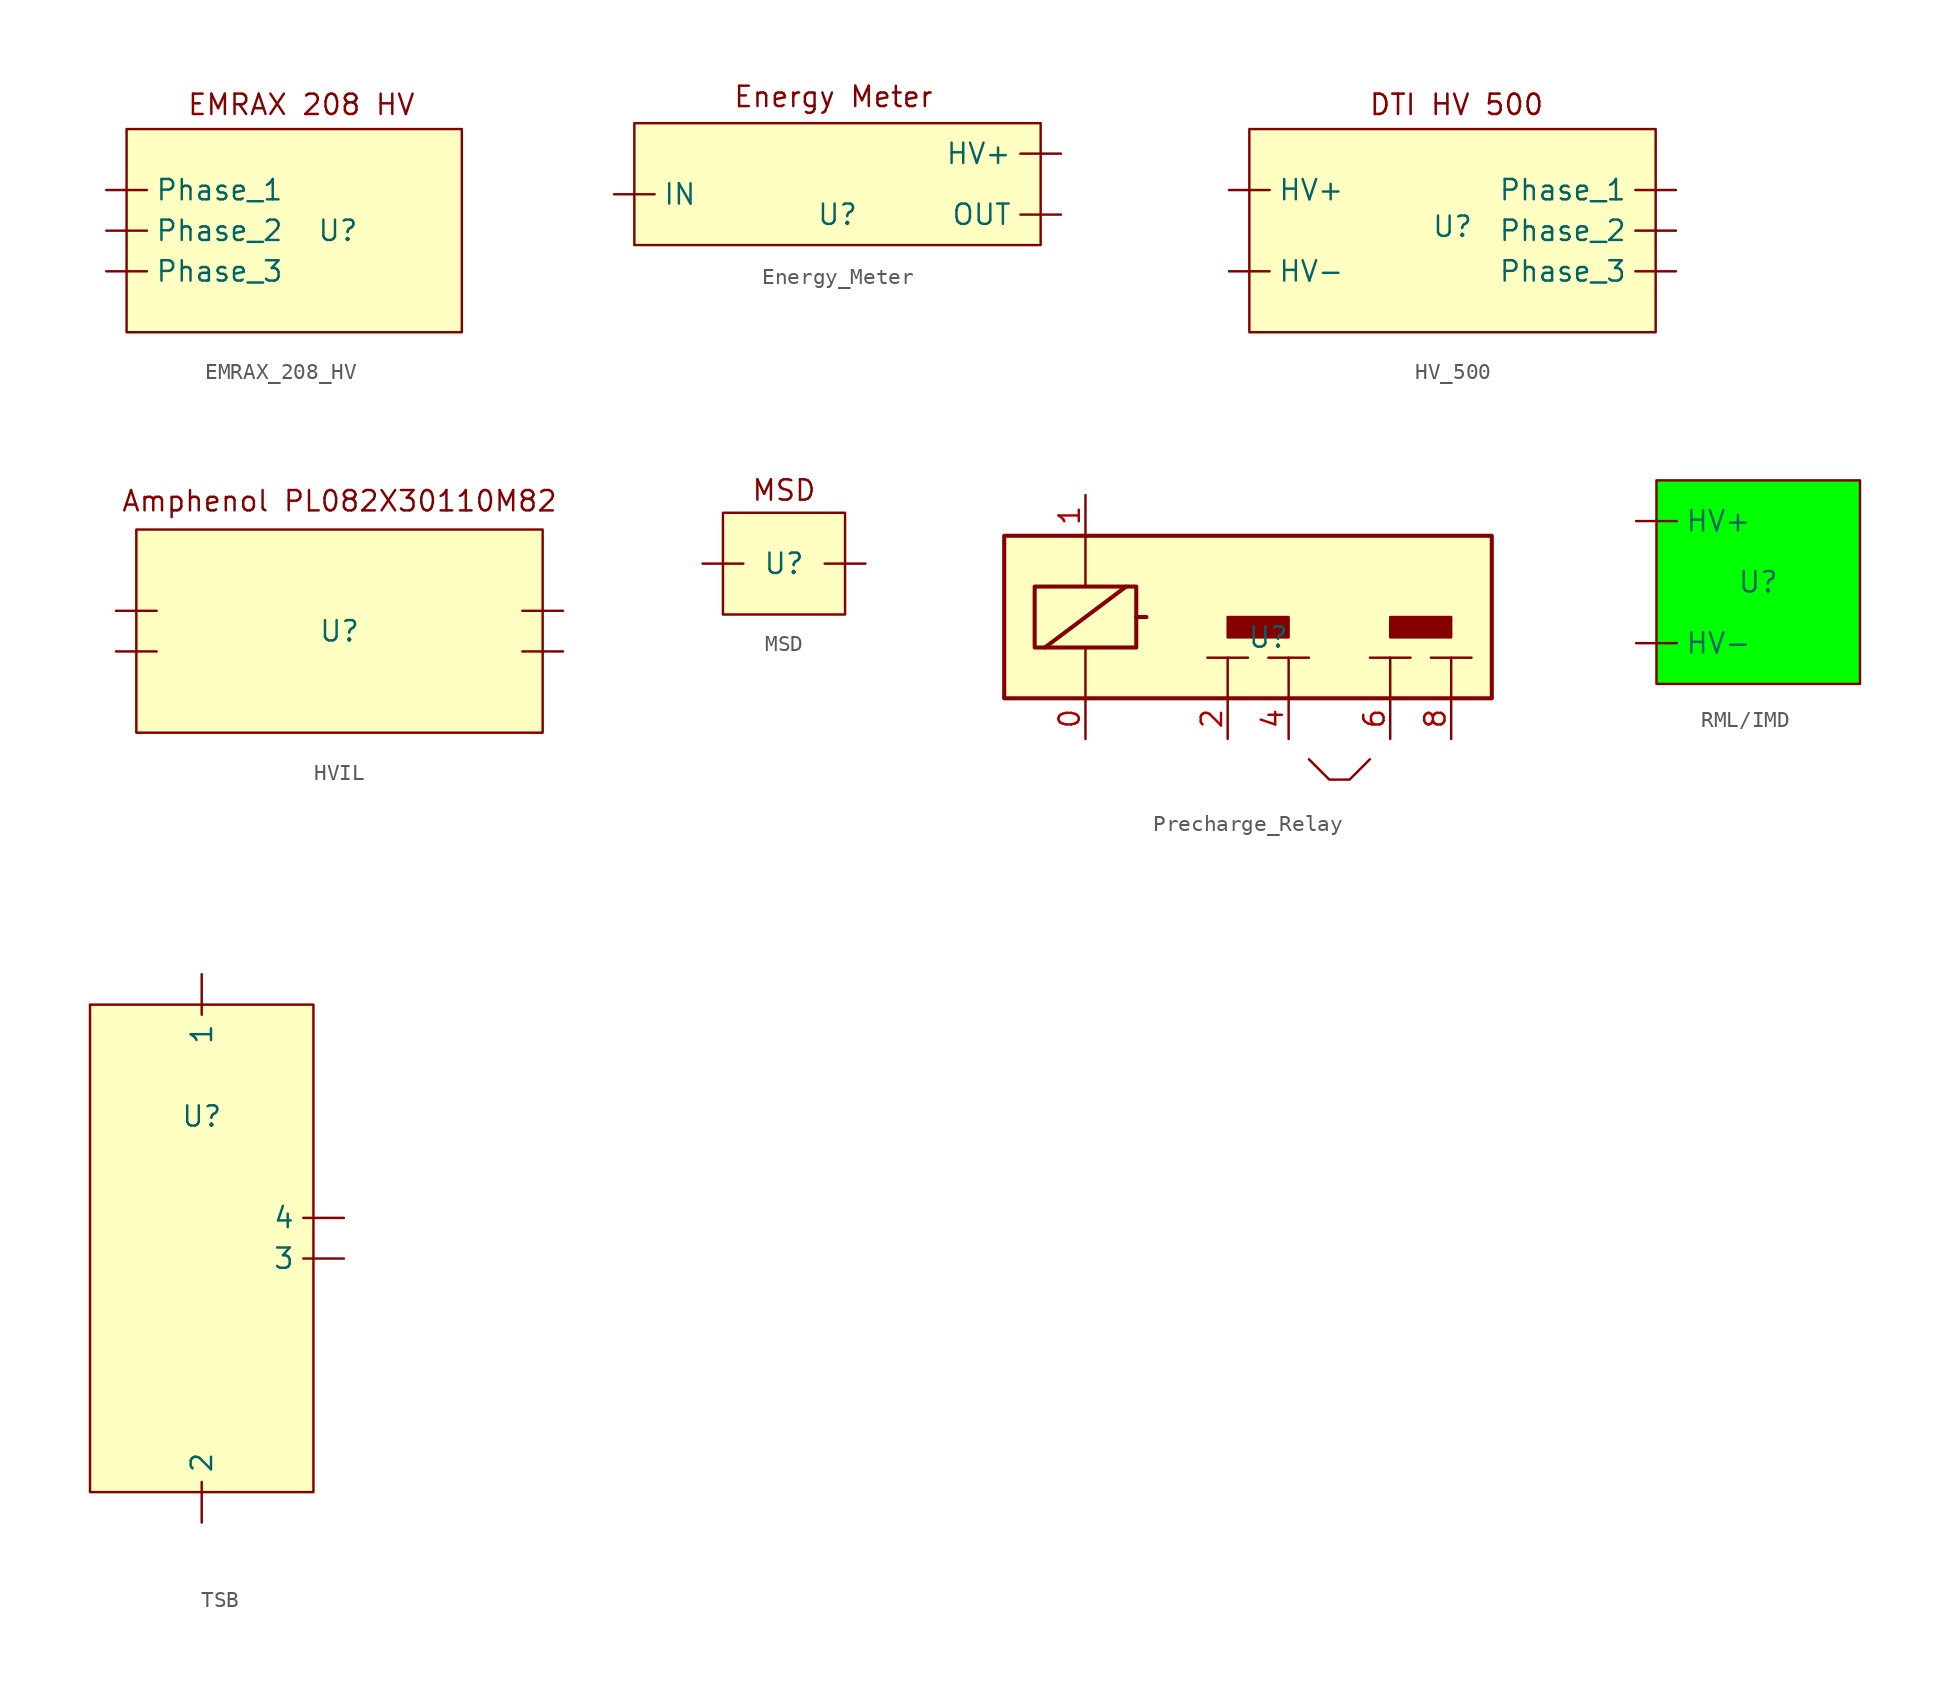
<source format=kicad_sym>
(kicad_symbol_lib
  (version 20241209)
  (generator "kicad_symbol_editor")
  (generator_version "9.0")
  (symbol "EMRAX_208_HV"
    (property "Reference" "U"
      (at 6.858 0 0)
      (effects (font (size 1.27 1.27))))
    (property "Value" ""
      (at 0 0 0)
      (effects (font (size 1.27 1.27))))
    (symbol "EMRAX_208_HV_1_1"
      (rectangle (start -6.35 6.35) (end 14.605 -6.35) (stroke (width 0) (type solid)) (fill (type background)))
      (text "EMRAX 208 HV" (at 4.572 7.874 0) (effects (font (size 1.27 1.27))))
      (pin bidirectional line (at -7.62 2.54 0) (length 2.54) (name "Phase_1" (effects (font (size 1.27 1.27)))) (number "" (effects (font (size 1.27 1.27)))))
      (pin bidirectional line (at -7.62 0 0) (length 2.54) (name "Phase_2" (effects (font (size 1.27 1.27)))) (number "" (effects (font (size 1.27 1.27)))))
      (pin bidirectional line (at -7.62 -2.54 0) (length 2.54) (name "Phase_3" (effects (font (size 1.27 1.27)))) (number "" (effects (font (size 1.27 1.27)))))))
  (symbol "Energy_Meter"
    (property "Reference" "U"
      (at 0 0 0)
      (effects (font (size 1.27 1.27))))
    (property "Value" ""
      (at 0 0 0)
      (effects (font (size 1.27 1.27))))
    (symbol "Energy_Meter_1_1"
      (rectangle (start -12.7 5.715) (end 12.7 -1.905) (stroke (width 0) (type solid)) (fill (type background)))
      (text "Energy Meter" (at -0.254 7.366 0) (effects (font (size 1.27 1.27))))
      (pin bidirectional line (at -13.97 1.27 0) (length 2.54) (name "IN" (effects (font (size 1.27 1.27)))) (number "" (effects (font (size 1.27 1.27)))))
      (pin bidirectional line (at 13.97 3.81 180) (length 2.54) (name "HV+" (effects (font (size 1.27 1.27)))) (number "" (effects (font (size 1.27 1.27)))))
      (pin bidirectional line (at 13.97 0 180) (length 2.54) (name "OUT" (effects (font (size 1.27 1.27)))) (number "" (effects (font (size 1.27 1.27)))))))
  (symbol "HV_500"
    (property "Reference" "U"
      (at 0 0.254 0)
      (effects (font (size 1.27 1.27))))
    (property "Value" ""
      (at 0 0 0)
      (effects (font (size 1.27 1.27))))
    (symbol "HV_500_1_1"
      (rectangle (start -12.7 6.35) (end 12.7 -6.35) (stroke (width 0) (type solid)) (fill (type background)))
      (text "DTI HV 500" (at 0.254 7.874 0) (effects (font (size 1.27 1.27) (thickness 0.159))))
      (pin bidirectional line (at -13.97 2.54 0) (length 2.54) (name "HV+" (effects (font (size 1.27 1.27)))) (number "" (effects (font (size 1.27 1.27)))))
      (pin bidirectional line (at -13.97 -2.54 0) (length 2.54) (name "HV-" (effects (font (size 1.27 1.27)))) (number "" (effects (font (size 1.27 1.27)))))
      (pin bidirectional line (at 13.97 2.54 180) (length 2.54) (name "Phase_1" (effects (font (size 1.27 1.27)))) (number "" (effects (font (size 1.27 1.27)))))
      (pin bidirectional line (at 13.97 0 180) (length 2.54) (name "Phase_2" (effects (font (size 1.27 1.27)))) (number "" (effects (font (size 1.27 1.27)))))
      (pin bidirectional line (at 13.97 -2.54 180) (length 2.54) (name "Phase_3" (effects (font (size 1.27 1.27)))) (number "" (effects (font (size 1.27 1.27)))))))
  (symbol "HVIL"
    (property "Reference" "U"
      (at 0 0 0)
      (effects (font (size 1.27 1.27))))
    (property "Value" ""
      (at 0 0 0)
      (effects (font (size 1.27 1.27))))
    (symbol "HVIL_1_1"
      (rectangle (start -12.7 6.35) (end 12.7 -6.35) (stroke (width 0) (type solid)) (fill (type background)))
      (text "Amphenol PL082X30110M82" (at 0 8.128 0) (effects (font (size 1.27 1.27))))
      (pin bidirectional line (at -13.97 1.27 0) (length 2.54) (name "" (effects (font (size 1.27 1.27)))) (number "" (effects (font (size 1.27 1.27)))))
      (pin bidirectional line (at -13.97 -1.27 0) (length 2.54) (name "" (effects (font (size 1.27 1.27)))) (number "" (effects (font (size 1.27 1.27)))))
      (pin bidirectional line (at 13.97 1.27 180) (length 2.54) (name "" (effects (font (size 1.27 1.27)))) (number "" (effects (font (size 1.27 1.27)))))
      (pin bidirectional line (at 13.97 -1.27 180) (length 2.54) (name "" (effects (font (size 1.27 1.27)))) (number "" (effects (font (size 1.27 1.27)))))))
  (symbol "MSD"
    (property "Reference" "U"
      (at 0 0 0)
      (effects (font (size 1.27 1.27))))
    (property "Value" ""
      (at 0 0 0)
      (effects (font (size 1.27 1.27))))
    (symbol "MSD_1_1"
      (rectangle (start -3.81 3.175) (end 3.81 -3.175) (stroke (width 0) (type solid)) (fill (type background)))
      (text "MSD" (at 0 4.572 0) (effects (font (size 1.27 1.27))))
      (pin bidirectional line (at -5.08 0 0) (length 2.54) (name "" (effects (font (size 1.27 1.27)))) (number "" (effects (font (size 1.27 1.27)))))
      (pin bidirectional line (at 5.08 0 180) (length 2.54) (name "" (effects (font (size 1.27 1.27)))) (number "" (effects (font (size 1.27 1.27)))))))
  (symbol "Precharge_Relay"
    (property "Reference" "U"
      (at 0 0 0)
      (effects (font (size 1.27 1.27))))
    (property "Value" ""
      (at 0 0 0)
      (effects (font (size 1.27 1.27))))
    (symbol "Precharge_Relay_0_1"
      (rectangle (start -2.54 0) (end 1.27 1.27) (stroke (width 0) (type solid)) (fill (type outline)))
      (polyline (pts (xy -2.54 -1.27) (xy -1.27 -1.27) (xy -3.81 -1.27)) (stroke (width 0) (type solid)) (fill (type none)))
      (polyline (pts (xy -2.54 -3.81) (xy -2.54 -1.27)) (stroke (width 0) (type solid)) (fill (type none)))
      (polyline (pts (xy 0 -1.27) (xy 2.54 -1.27)) (stroke (width 0) (type solid)) (fill (type none)))
      (polyline (pts (xy 1.27 -3.81) (xy 1.27 -1.27)) (stroke (width 0) (type solid)) (fill (type none)))
      (polyline (pts (xy 2.54 -7.62) (xy 3.81 -8.89) (xy 5.08 -8.89) (xy 6.35 -7.62)) (stroke (width 0) (type solid)) (fill (type none)))
      (polyline (pts (xy 6.35 -1.27) (xy 8.89 -1.27)) (stroke (width 0) (type solid)) (fill (type none)))
      (polyline (pts (xy 7.62 -3.81) (xy 7.62 -1.27)) (stroke (width 0) (type solid)) (fill (type none)))
      (polyline (pts (xy 10.16 -1.27) (xy 12.7 -1.27)) (stroke (width 0) (type solid)) (fill (type none)))
      (polyline (pts (xy 11.43 -3.81) (xy 11.43 -1.27)) (stroke (width 0) (type solid)) (fill (type none))))
    (symbol "Precharge_Relay_1_1"
      (rectangle (start -16.51 6.35) (end 13.97 -3.81) (stroke (width 0.254) (type solid)) (fill (type background)))
      (rectangle (start -14.605 3.175) (end -8.255 -0.635) (stroke (width 0.254) (type solid)) (fill (type none)))
      (polyline (pts (xy -13.97 -0.635) (xy -8.89 3.175)) (stroke (width 0.254) (type solid)) (fill (type none)))
      (polyline (pts (xy -11.43 6.35) (xy -11.43 3.175)) (stroke (width 0) (type solid)) (fill (type none)))
      (polyline (pts (xy -11.43 -3.81) (xy -11.43 -0.635)) (stroke (width 0) (type solid)) (fill (type none)))
      (polyline (pts (xy -8.255 1.27) (xy -7.62 1.27)) (stroke (width 0.254) (type solid)) (fill (type none)))
      (rectangle (start 7.62 0) (end 11.43 1.27) (stroke (width 0) (type solid)) (fill (type outline)))
      (pin passive line (at -11.43 8.89 270) (length 2.54) (name "~" (effects (font (size 1.27 1.27)))) (number "1" (effects (font (size 1.27 1.27)))))
      (pin passive line (at -11.43 -6.35 90) (length 2.54) (name "~" (effects (font (size 1.27 1.27)))) (number "0" (effects (font (size 1.27 1.27)))))
      (pin passive line (at -2.54 -6.35 90) (length 2.54) (name "~" (effects (font (size 1.27 1.27)))) (number "2" (effects (font (size 1.27 1.27)))))
      (pin passive line (at 1.27 -6.35 90) (length 2.54) (name "~" (effects (font (size 1.27 1.27)))) (number "4" (effects (font (size 1.27 1.27)))))
      (pin passive line (at 7.62 -6.35 90) (length 2.54) (name "~" (effects (font (size 1.27 1.27)))) (number "6" (effects (font (size 1.27 1.27)))))
      (pin passive line (at 11.43 -6.35 90) (length 2.54) (name "~" (effects (font (size 1.27 1.27)))) (number "8" (effects (font (size 1.27 1.27)))))))
  (symbol "RML/IMD"
    (property "Reference" "U"
      (at 0 0 0)
      (effects (font (size 1.27 1.27))))
    (property "Value" ""
      (at 0 0 0)
      (effects (font (size 1.27 1.27))))
    (symbol "RML/IMD_1_1"
      (rectangle (start -6.35 6.35) (end 6.35 -6.35) (stroke (width 0) (type solid)) (fill (type color) (color 0 255 0 1)))
      (pin bidirectional line (at -7.62 3.81 0) (length 2.54) (name "HV+" (effects (font (size 1.27 1.27)))) (number "" (effects (font (size 1.27 1.27)))))
      (pin bidirectional line (at -7.62 -3.81 0) (length 2.54) (name "HV-" (effects (font (size 1.27 1.27)))) (number "" (effects (font (size 1.27 1.27)))))))
  (symbol "TSB"
    (property "Reference" "U"
      (at 0 0 0)
      (effects (font (size 1.27 1.27))))
    (property "Value" ""
      (at 0 0 0)
      (effects (font (size 1.27 1.27))))
    (symbol "TSB_1_1"
      (rectangle (start -6.985 6.985) (end 6.985 -23.495) (stroke (width 0) (type solid)) (fill (type background)))
      (pin bidirectional line (at 0 8.89 270) (length 2.54) (name "1" (effects (font (size 1.27 1.27)))) (number "" (effects (font (size 1.27 1.27)))))
      (pin bidirectional line (at 0 -25.4 90) (length 2.54) (name "2" (effects (font (size 1.27 1.27)))) (number "" (effects (font (size 1.27 1.27)))))
      (pin bidirectional line (at 8.89 -6.35 180) (length 2.54) (name "4" (effects (font (size 1.27 1.27)))) (number "" (effects (font (size 1.27 1.27)))))
      (pin bidirectional line (at 8.89 -8.89 180) (length 2.54) (name "3" (effects (font (size 1.27 1.27)))) (number "" (effects (font (size 1.27 1.27))))))))
</source>
